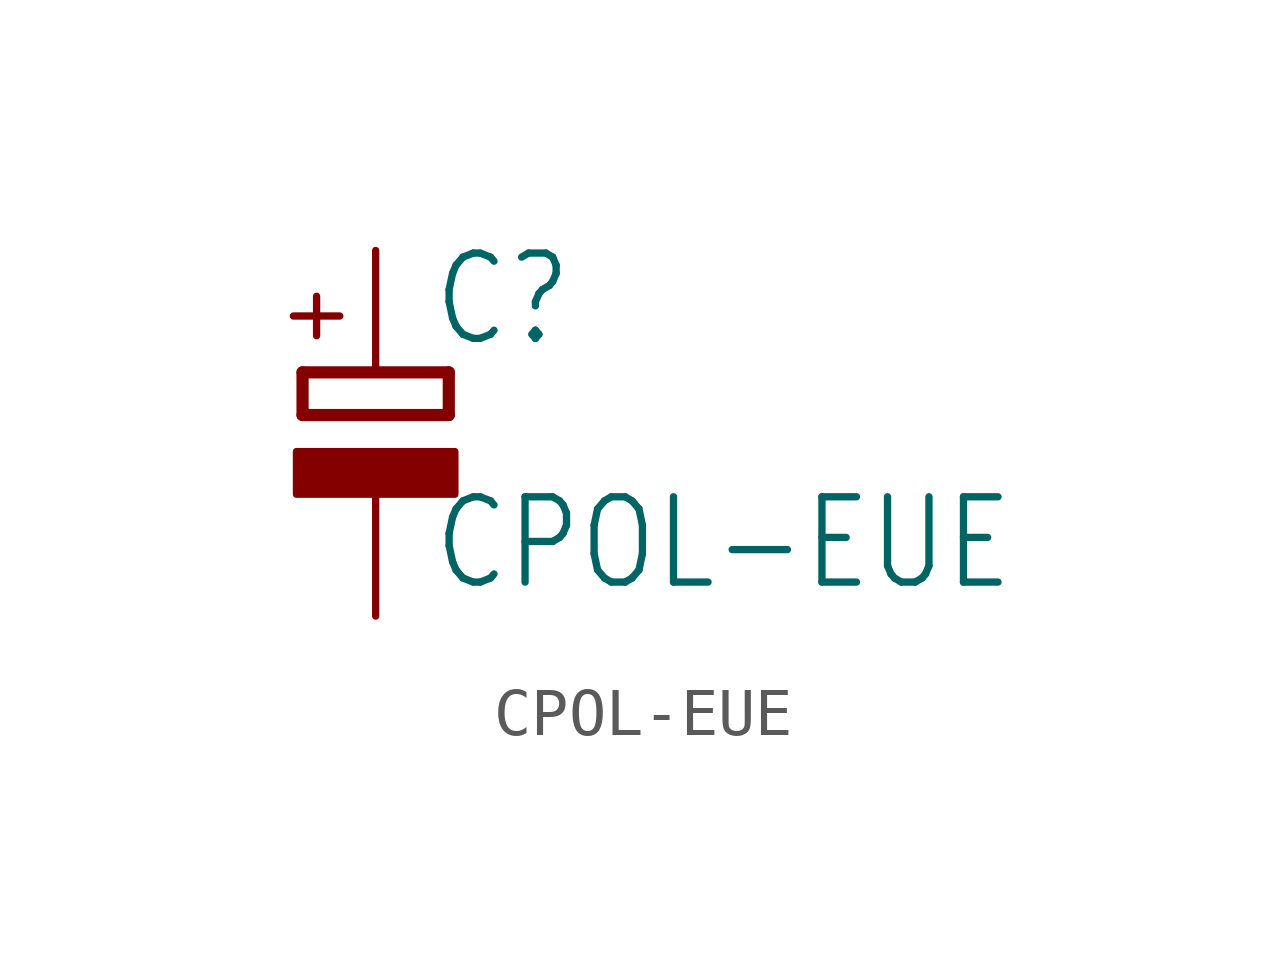
<source format=kicad_sym>
(kicad_symbol_lib
  (version 20211014)
  (generator kicad_symbol_editor)
  (symbol "CPOL-EUE"
    (property "Reference" "C"
      (at 1.143 0.483 0)
      (effects (font (size 1.778 1.511)) (justify left bottom)))
    (property "Value" "CPOL-EUE"
      (at 1.143 -4.597 0)
      (effects (font (size 1.778 1.511)) (justify left bottom)))
    (property "ki_locked" ""
      (at 0 0 0)
      (effects (font (size 1.27 1.27))))
    (symbol "CPOL-EUE_1_0"
      (rectangle (start -1.651 -2.54) (end 1.651 -1.651) (stroke (width 0) (type default) (color 0 0 0 0)) (fill (type outline)))
      (polyline (pts (xy -1.524 -0.889) (xy 1.524 -0.889)) (stroke (width 0.254) (type default) (color 0 0 0 0)) (fill (type none)))
      (polyline (pts (xy -1.524 0) (xy -1.524 -0.889)) (stroke (width 0.254) (type default) (color 0 0 0 0)) (fill (type none)))
      (polyline (pts (xy -1.524 0) (xy 1.524 0)) (stroke (width 0.254) (type default) (color 0 0 0 0)) (fill (type none)))
      (polyline (pts (xy 1.524 -0.889) (xy 1.524 0)) (stroke (width 0.254) (type default) (color 0 0 0 0)) (fill (type none)))
      (text "+" (at -0.584 0.406 900) (effects (font (size 1.27 1.079)) (justify left bottom)))
      (pin passive line (at 0 2.54 270) (length 2.54) (name "+" (effects (font (size 0 0)))) (number "+" (effects (font (size 0 0)))))
      (pin passive line (at 0 -5.08 90) (length 2.54) (name "-" (effects (font (size 0 0)))) (number "-" (effects (font (size 0 0))))))))
</source>
